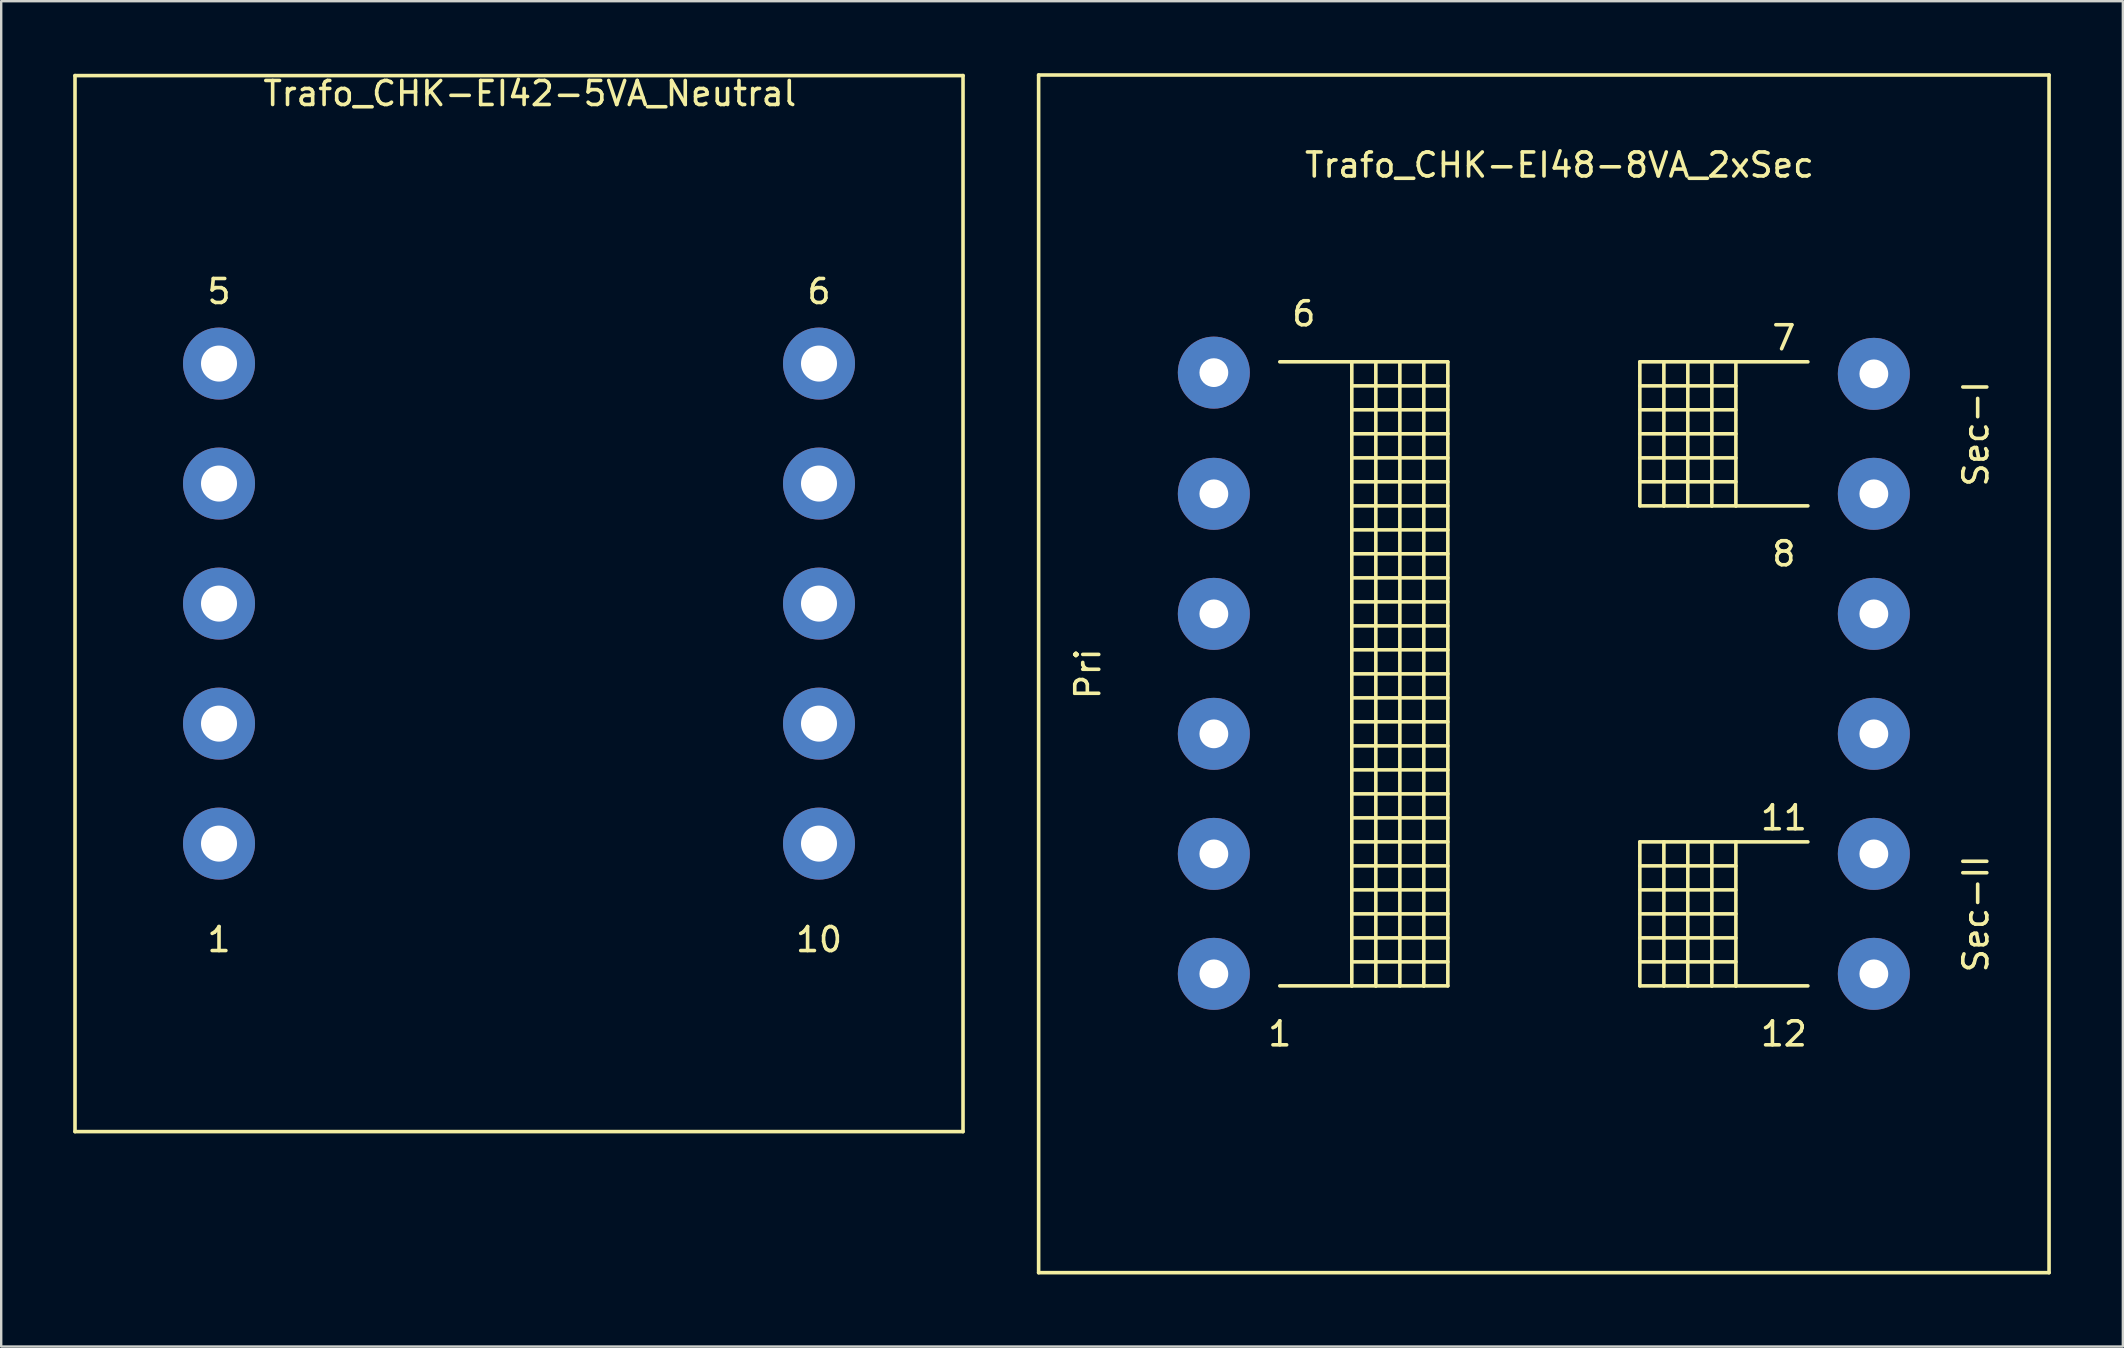
<source format=kicad_pcb>
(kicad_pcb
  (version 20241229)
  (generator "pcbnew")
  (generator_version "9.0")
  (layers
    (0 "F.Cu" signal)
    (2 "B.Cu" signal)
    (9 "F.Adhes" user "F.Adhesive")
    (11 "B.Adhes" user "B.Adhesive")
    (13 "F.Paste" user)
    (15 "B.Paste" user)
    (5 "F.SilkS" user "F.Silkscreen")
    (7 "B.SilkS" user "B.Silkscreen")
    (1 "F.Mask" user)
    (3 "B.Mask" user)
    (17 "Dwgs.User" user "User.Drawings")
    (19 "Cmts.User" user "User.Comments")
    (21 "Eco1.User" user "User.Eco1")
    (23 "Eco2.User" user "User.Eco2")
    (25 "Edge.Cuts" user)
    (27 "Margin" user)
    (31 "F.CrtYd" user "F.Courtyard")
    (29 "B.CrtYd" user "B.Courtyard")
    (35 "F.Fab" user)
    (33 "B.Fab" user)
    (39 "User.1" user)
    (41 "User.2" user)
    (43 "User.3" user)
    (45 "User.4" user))
  (footprint "Trafo_CHK-EI42-5VA_Neutral"
    (layer "F.Cu")
    (at 18.574 22.098)
    (property "Reference" "Trafo_CHK-EI42-5VA_Neutral" (at 0.45 -21.25 0) (layer "F.SilkS") (effects (font (size 1 1) (thickness 0.15))))
    (attr through_hole)
    (fp_line (start -18.499 -21.999) (end -18.499 21.999) (stroke (width 0.15) (type solid)) (layer "F.SilkS"))
    (fp_line (start -18.499 21.999) (end 18.499 21.999) (stroke (width 0.15) (type solid)) (layer "F.SilkS"))
    (fp_line (start 18.499 -21.999) (end -18.499 -21.999) (stroke (width 0.15) (type solid)) (layer "F.SilkS"))
    (fp_line (start 18.499 21.999) (end 18.499 -21.999) (stroke (width 0.15) (type solid)) (layer "F.SilkS"))
    (fp_text user "5" (at -12.499 -13 0) (layer "F.SilkS") (effects (font (size 1 1) (thickness 0.15))))
    (fp_text user "1" (at -12.499 14 0) (layer "F.SilkS") (effects (font (size 1 1) (thickness 0.15))))
    (fp_text user "10" (at 12.499 14 0) (layer "F.SilkS") (effects (font (size 1 1) (thickness 0.15))))
    (fp_text user "6" (at 12.499 -13 0) (layer "F.SilkS") (effects (font (size 1 1) (thickness 0.15))))
    (pad "1" thru_hole circle (at -12.499 10) (size 3 3) (drill 1.501) (layers "*.Cu" "*.Mask"))
    (pad "2" thru_hole circle (at -12.499 5.001) (size 3 3) (drill 1.501) (layers "*.Cu" "*.Mask"))
    (pad "3" thru_hole circle (at -12.499 0) (size 3 3) (drill 1.501) (layers "*.Cu" "*.Mask"))
    (pad "4" thru_hole circle (at -12.499 -5.001) (size 3 3) (drill 1.501) (layers "*.Cu" "*.Mask"))
    (pad "5" thru_hole circle (at -12.499 -10) (size 3 3) (drill 1.501) (layers "*.Cu" "*.Mask"))
    (pad "6" thru_hole circle (at 12.499 -10) (size 3 3) (drill 1.501) (layers "*.Cu" "*.Mask"))
    (pad "7" thru_hole circle (at 12.499 -5.001) (size 3 3) (drill 1.501) (layers "*.Cu" "*.Mask"))
    (pad "8" thru_hole circle (at 12.499 0) (size 3 3) (drill 1.501) (layers "*.Cu" "*.Mask"))
    (pad "9" thru_hole circle (at 12.499 5.001) (size 3 3) (drill 1.501) (layers "*.Cu" "*.Mask"))
    (pad "10" thru_hole circle (at 12.499 10) (size 3 3) (drill 1.501) (layers "*.Cu" "*.Mask")))
  (footprint "Trafo_CHK-EI48-8VA_2xSec"
    (layer "F.Cu")
    (at 61.272 25.025)
    (property "Reference" "Trafo_CHK-EI48-8VA_2xSec" (at 0.65 -21.199 0) (layer "F.SilkS") (effects (font (size 1 1) (thickness 0.15))))
    (attr through_hole)
    (fp_line (start -21.049 -24.95) (end 21.049 -24.95) (stroke (width 0.15) (type solid)) (layer "F.SilkS"))
    (fp_line (start -21.049 24.95) (end -21.049 -24.95) (stroke (width 0.15) (type solid)) (layer "F.SilkS"))
    (fp_line (start -11.001 -13) (end -8.001 -13) (stroke (width 0.15) (type solid)) (layer "F.SilkS"))
    (fp_line (start -8.001 -13) (end -8.001 13) (stroke (width 0.15) (type solid)) (layer "F.SilkS"))
    (fp_line (start -8.001 -13) (end -7 -13) (stroke (width 0.15) (type solid)) (layer "F.SilkS"))
    (fp_line (start -8.001 -11.999) (end -4 -11.999) (stroke (width 0.15) (type solid)) (layer "F.SilkS"))
    (fp_line (start -8.001 -11.001) (end -4 -11.001) (stroke (width 0.15) (type solid)) (layer "F.SilkS"))
    (fp_line (start -8.001 -10) (end -4 -10) (stroke (width 0.15) (type solid)) (layer "F.SilkS"))
    (fp_line (start -8.001 -8.999) (end -4 -8.999) (stroke (width 0.15) (type solid)) (layer "F.SilkS"))
    (fp_line (start -8.001 -8.001) (end -4 -8.001) (stroke (width 0.15) (type solid)) (layer "F.SilkS"))
    (fp_line (start -8.001 -7) (end -4 -7) (stroke (width 0.15) (type solid)) (layer "F.SilkS"))
    (fp_line (start -8.001 -5.999) (end -4 -5.999) (stroke (width 0.15) (type solid)) (layer "F.SilkS"))
    (fp_line (start -8.001 -5.001) (end -4 -5.001) (stroke (width 0.15) (type solid)) (layer "F.SilkS"))
    (fp_line (start -8.001 -4) (end -4 -4) (stroke (width 0.15) (type solid)) (layer "F.SilkS"))
    (fp_line (start -8.001 -3) (end -4 -3) (stroke (width 0.15) (type solid)) (layer "F.SilkS"))
    (fp_line (start -8.001 -1.001) (end -4 -1.001) (stroke (width 0.15) (type solid)) (layer "F.SilkS"))
    (fp_line (start -8.001 0) (end -4 0) (stroke (width 0.15) (type solid)) (layer "F.SilkS"))
    (fp_line (start -8.001 1.999) (end -4 1.999) (stroke (width 0.15) (type solid)) (layer "F.SilkS"))
    (fp_line (start -8.001 4) (end -4 4) (stroke (width 0.15) (type solid)) (layer "F.SilkS"))
    (fp_line (start -8.001 5.999) (end -4 5.999) (stroke (width 0.15) (type solid)) (layer "F.SilkS"))
    (fp_line (start -8.001 8.001) (end -4 8.001) (stroke (width 0.15) (type solid)) (layer "F.SilkS"))
    (fp_line (start -8.001 10) (end -4 10) (stroke (width 0.15) (type solid)) (layer "F.SilkS"))
    (fp_line (start -8.001 11.999) (end -4 11.999) (stroke (width 0.15) (type solid)) (layer "F.SilkS"))
    (fp_line (start -8.001 13) (end -11.001 13) (stroke (width 0.15) (type solid)) (layer "F.SilkS"))
    (fp_line (start -7 -13) (end -7 13) (stroke (width 0.15) (type solid)) (layer "F.SilkS"))
    (fp_line (start -7 -13) (end -5.999 -13) (stroke (width 0.15) (type solid)) (layer "F.SilkS"))
    (fp_line (start -7 13) (end -8.001 13) (stroke (width 0.15) (type solid)) (layer "F.SilkS"))
    (fp_line (start -5.999 -13) (end -5.999 13) (stroke (width 0.15) (type solid)) (layer "F.SilkS"))
    (fp_line (start -5.999 -13) (end -5.001 -13) (stroke (width 0.15) (type solid)) (layer "F.SilkS"))
    (fp_line (start -5.999 13) (end -7 13) (stroke (width 0.15) (type solid)) (layer "F.SilkS"))
    (fp_line (start -5.001 -13) (end -5.001 13) (stroke (width 0.15) (type solid)) (layer "F.SilkS"))
    (fp_line (start -5.001 -13) (end -4 -13) (stroke (width 0.15) (type solid)) (layer "F.SilkS"))
    (fp_line (start -5.001 13) (end -5.999 13) (stroke (width 0.15) (type solid)) (layer "F.SilkS"))
    (fp_line (start -4 -13) (end -4 13) (stroke (width 0.15) (type solid)) (layer "F.SilkS"))
    (fp_line (start -4 -1.999) (end -8.001 -1.999) (stroke (width 0.15) (type solid)) (layer "F.SilkS"))
    (fp_line (start -4 1.001) (end -8.001 1.001) (stroke (width 0.15) (type solid)) (layer "F.SilkS"))
    (fp_line (start -4 3) (end -8.001 3) (stroke (width 0.15) (type solid)) (layer "F.SilkS"))
    (fp_line (start -4 5.001) (end -8.001 5.001) (stroke (width 0.15) (type solid)) (layer "F.SilkS"))
    (fp_line (start -4 7) (end -8.001 7) (stroke (width 0.15) (type solid)) (layer "F.SilkS"))
    (fp_line (start -4 8.999) (end -8.001 8.999) (stroke (width 0.15) (type solid)) (layer "F.SilkS"))
    (fp_line (start -4 11.001) (end -8.001 11.001) (stroke (width 0.15) (type solid)) (layer "F.SilkS"))
    (fp_line (start -4 13) (end -5.001 13) (stroke (width 0.15) (type solid)) (layer "F.SilkS"))
    (fp_line (start 4 -13) (end 4 -7) (stroke (width 0.15) (type solid)) (layer "F.SilkS"))
    (fp_line (start 4 -11.999) (end 8.001 -11.999) (stroke (width 0.15) (type solid)) (layer "F.SilkS"))
    (fp_line (start 4 -11.001) (end 8.001 -11.001) (stroke (width 0.15) (type solid)) (layer "F.SilkS"))
    (fp_line (start 4 -10) (end 8.001 -10) (stroke (width 0.15) (type solid)) (layer "F.SilkS"))
    (fp_line (start 4 -8.999) (end 8.001 -8.999) (stroke (width 0.15) (type solid)) (layer "F.SilkS"))
    (fp_line (start 4 -8.001) (end 8.001 -8.001) (stroke (width 0.15) (type solid)) (layer "F.SilkS"))
    (fp_line (start 4 -7) (end 5.001 -7) (stroke (width 0.15) (type solid)) (layer "F.SilkS"))
    (fp_line (start 4 7) (end 4 13) (stroke (width 0.15) (type solid)) (layer "F.SilkS"))
    (fp_line (start 4 8.001) (end 8.001 8.001) (stroke (width 0.15) (type solid)) (layer "F.SilkS"))
    (fp_line (start 4 8.999) (end 8.001 8.999) (stroke (width 0.15) (type solid)) (layer "F.SilkS"))
    (fp_line (start 4 10) (end 8.001 10) (stroke (width 0.15) (type solid)) (layer "F.SilkS"))
    (fp_line (start 4 11.001) (end 8.001 11.001) (stroke (width 0.15) (type solid)) (layer "F.SilkS"))
    (fp_line (start 4 11.999) (end 8.001 11.999) (stroke (width 0.15) (type solid)) (layer "F.SilkS"))
    (fp_line (start 4 13) (end 5.001 13) (stroke (width 0.15) (type solid)) (layer "F.SilkS"))
    (fp_line (start 5.001 -13) (end 4 -13) (stroke (width 0.15) (type solid)) (layer "F.SilkS"))
    (fp_line (start 5.001 -13) (end 5.001 -7) (stroke (width 0.15) (type solid)) (layer "F.SilkS"))
    (fp_line (start 5.001 -7) (end 5.999 -7) (stroke (width 0.15) (type solid)) (layer "F.SilkS"))
    (fp_line (start 5.001 7) (end 4 7) (stroke (width 0.15) (type solid)) (layer "F.SilkS"))
    (fp_line (start 5.001 7) (end 5.001 13) (stroke (width 0.15) (type solid)) (layer "F.SilkS"))
    (fp_line (start 5.001 13) (end 5.999 13) (stroke (width 0.15) (type solid)) (layer "F.SilkS"))
    (fp_line (start 5.999 -13) (end 5.001 -13) (stroke (width 0.15) (type solid)) (layer "F.SilkS"))
    (fp_line (start 5.999 -13) (end 5.999 -7) (stroke (width 0.15) (type solid)) (layer "F.SilkS"))
    (fp_line (start 5.999 -7) (end 7 -7) (stroke (width 0.15) (type solid)) (layer "F.SilkS"))
    (fp_line (start 5.999 7) (end 5.001 7) (stroke (width 0.15) (type solid)) (layer "F.SilkS"))
    (fp_line (start 5.999 7) (end 5.999 13) (stroke (width 0.15) (type solid)) (layer "F.SilkS"))
    (fp_line (start 5.999 13) (end 7 13) (stroke (width 0.15) (type solid)) (layer "F.SilkS"))
    (fp_line (start 7 -13) (end 5.999 -13) (stroke (width 0.15) (type solid)) (layer "F.SilkS"))
    (fp_line (start 7 -13) (end 7 -7) (stroke (width 0.15) (type solid)) (layer "F.SilkS"))
    (fp_line (start 7 -7) (end 8.001 -7) (stroke (width 0.15) (type solid)) (layer "F.SilkS"))
    (fp_line (start 7 7) (end 5.999 7) (stroke (width 0.15) (type solid)) (layer "F.SilkS"))
    (fp_line (start 7 7) (end 7 13) (stroke (width 0.15) (type solid)) (layer "F.SilkS"))
    (fp_line (start 7 13) (end 8.001 13) (stroke (width 0.15) (type solid)) (layer "F.SilkS"))
    (fp_line (start 8.001 -13) (end 7 -13) (stroke (width 0.15) (type solid)) (layer "F.SilkS"))
    (fp_line (start 8.001 -13) (end 8.001 -7) (stroke (width 0.15) (type solid)) (layer "F.SilkS"))
    (fp_line (start 8.001 -7) (end 11.001 -7) (stroke (width 0.15) (type solid)) (layer "F.SilkS"))
    (fp_line (start 8.001 7) (end 7 7) (stroke (width 0.15) (type solid)) (layer "F.SilkS"))
    (fp_line (start 8.001 7) (end 8.001 13) (stroke (width 0.15) (type solid)) (layer "F.SilkS"))
    (fp_line (start 8.001 13) (end 11.001 13) (stroke (width 0.15) (type solid)) (layer "F.SilkS"))
    (fp_line (start 11.001 -13) (end 8.001 -13) (stroke (width 0.15) (type solid)) (layer "F.SilkS"))
    (fp_line (start 11.001 7) (end 8.001 7) (stroke (width 0.15) (type solid)) (layer "F.SilkS"))
    (fp_line (start 21.049 -24.95) (end 21.049 24.95) (stroke (width 0.15) (type solid)) (layer "F.SilkS"))
    (fp_line (start 21.049 24.95) (end -21.049 24.95) (stroke (width 0.15) (type solid)) (layer "F.SilkS"))
    (fp_text user "12" (at 10 15.001 0) (layer "F.SilkS") (effects (font (size 1 1) (thickness 0.15))))
    (fp_text user "6" (at -10 -15.001 0) (layer "F.SilkS") (effects (font (size 1 1) (thickness 0.15))))
    (fp_text user "Sec-I" (at 18.001 -10 90) (layer "F.SilkS") (effects (font (size 1 1) (thickness 0.15))))
    (fp_text user "Pri" (at -18.999 0 90) (layer "F.SilkS") (effects (font (size 1 1) (thickness 0.15))))
    (fp_text user "Sec-II" (at 18.001 10 90) (layer "F.SilkS") (effects (font (size 1 1) (thickness 0.15))))
    (fp_text user "8" (at 10 -5.001 0) (layer "F.SilkS") (effects (font (size 1 1) (thickness 0.15))))
    (fp_text user "11" (at 10 5.999 0) (layer "F.SilkS") (effects (font (size 1 1) (thickness 0.15))))
    (fp_text user "1" (at -11.001 15.001 0) (layer "F.SilkS") (effects (font (size 1 1) (thickness 0.15))))
    (fp_text user "7" (at 10 -14 0) (layer "F.SilkS") (effects (font (size 1 1) (thickness 0.15))))
    (pad "1" thru_hole circle (at -13.749 12.499) (size 3 3) (drill 1.199) (layers "*.Cu" "*.Mask"))
    (pad "2" thru_hole circle (at -13.749 7.501) (size 3 3) (drill 1.199) (layers "*.Cu" "*.Mask"))
    (pad "3" thru_hole circle (at -13.749 2.499) (size 3 3) (drill 1.199) (layers "*.Cu" "*.Mask"))
    (pad "4" thru_hole circle (at -13.749 -2.499) (size 3 3) (drill 1.199) (layers "*.Cu" "*.Mask"))
    (pad "5" thru_hole circle (at -13.749 -7.501) (size 3 3) (drill 1.199) (layers "*.Cu" "*.Mask"))
    (pad "6" thru_hole circle (at -13.749 -12.55) (size 3 3) (drill 1.199) (layers "*.Cu" "*.Mask"))
    (pad "7" thru_hole circle (at 13.749 -12.499) (size 3 3) (drill 1.199) (layers "*.Cu" "*.Mask"))
    (pad "8" thru_hole circle (at 13.749 -7.501) (size 3 3) (drill 1.199) (layers "*.Cu" "*.Mask"))
    (pad "9" thru_hole circle (at 13.749 -2.499) (size 3 3) (drill 1.199) (layers "*.Cu" "*.Mask"))
    (pad "10" thru_hole circle (at 13.749 2.499) (size 3 3) (drill 1.199) (layers "*.Cu" "*.Mask"))
    (pad "11" thru_hole circle (at 13.749 7.501) (size 3 3) (drill 1.199) (layers "*.Cu" "*.Mask"))
    (pad "12" thru_hole circle (at 13.749 12.499) (size 3 3) (drill 1.199) (layers "*.Cu" "*.Mask")))
  (gr_rect
    (start -3 -3)
    (end 85.396 53.051)
    (stroke (width 0.1) (type default))
    (fill no)
    (layer "Edge.Cuts")))
</source>
